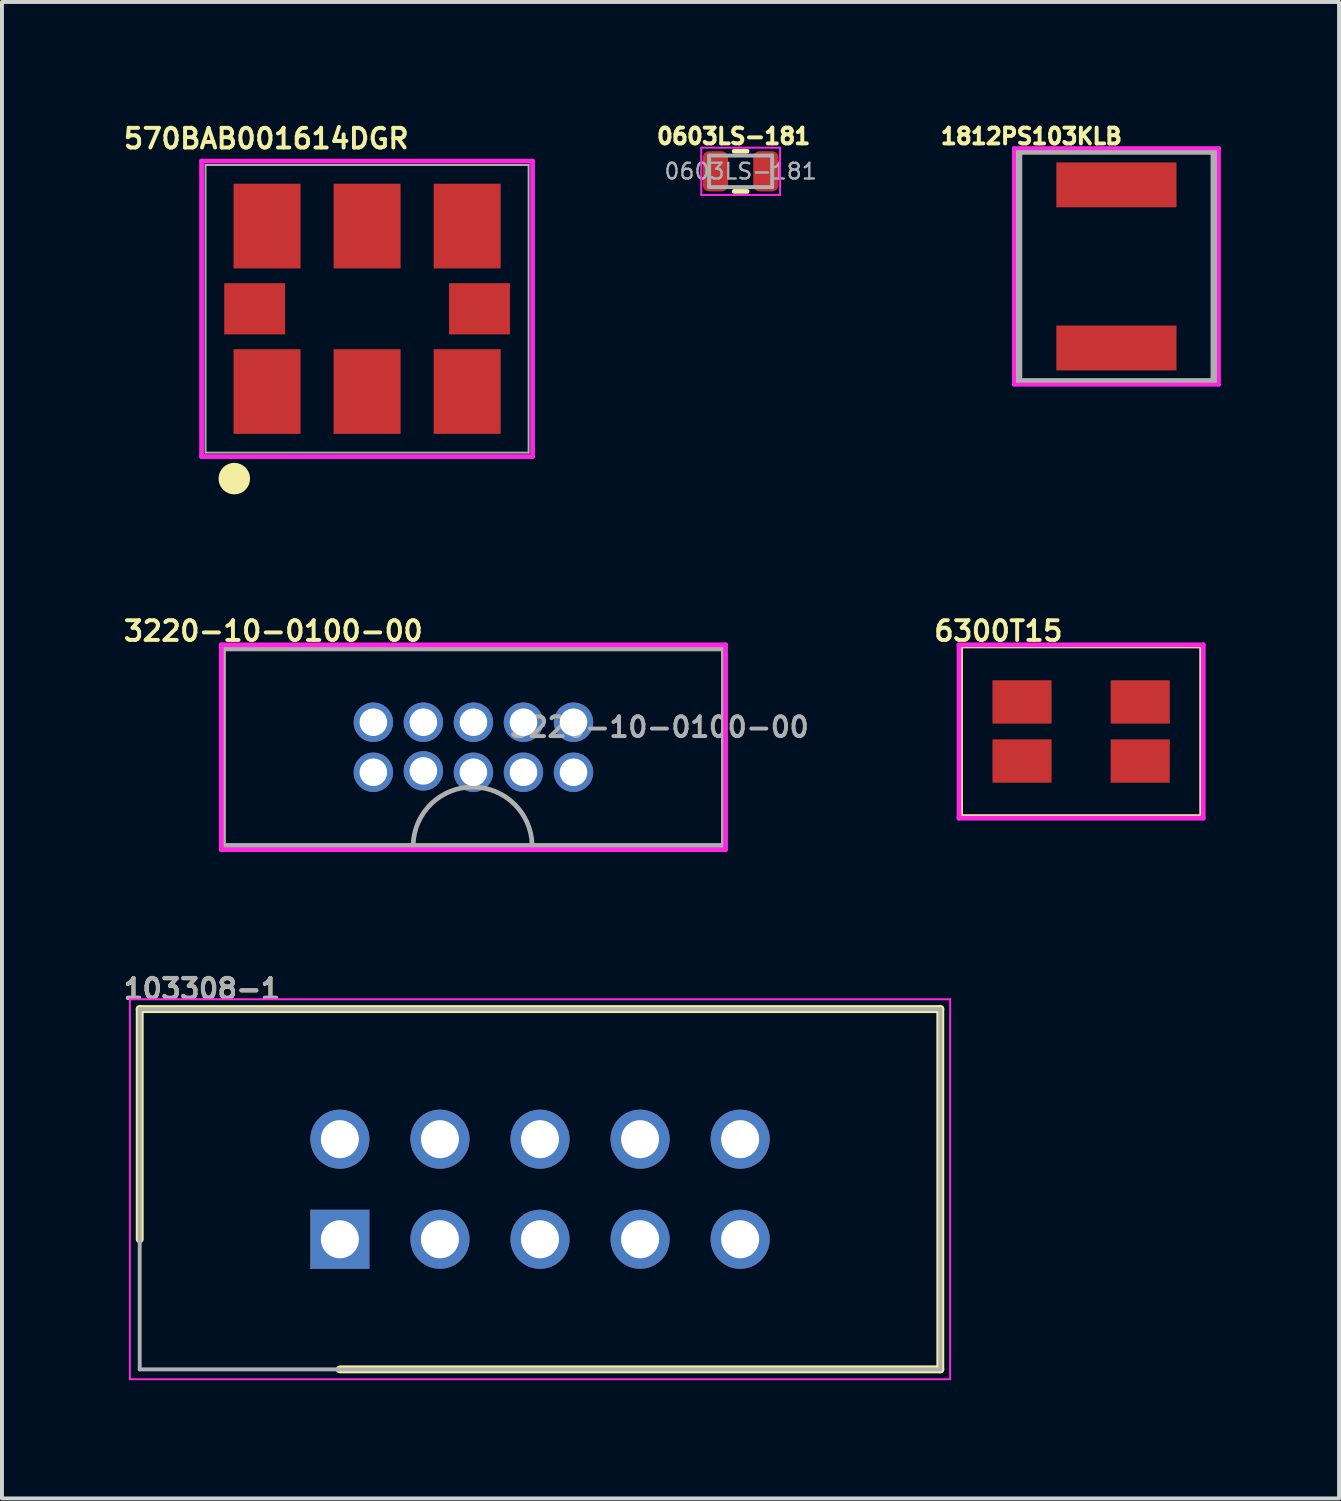
<source format=kicad_pcb>
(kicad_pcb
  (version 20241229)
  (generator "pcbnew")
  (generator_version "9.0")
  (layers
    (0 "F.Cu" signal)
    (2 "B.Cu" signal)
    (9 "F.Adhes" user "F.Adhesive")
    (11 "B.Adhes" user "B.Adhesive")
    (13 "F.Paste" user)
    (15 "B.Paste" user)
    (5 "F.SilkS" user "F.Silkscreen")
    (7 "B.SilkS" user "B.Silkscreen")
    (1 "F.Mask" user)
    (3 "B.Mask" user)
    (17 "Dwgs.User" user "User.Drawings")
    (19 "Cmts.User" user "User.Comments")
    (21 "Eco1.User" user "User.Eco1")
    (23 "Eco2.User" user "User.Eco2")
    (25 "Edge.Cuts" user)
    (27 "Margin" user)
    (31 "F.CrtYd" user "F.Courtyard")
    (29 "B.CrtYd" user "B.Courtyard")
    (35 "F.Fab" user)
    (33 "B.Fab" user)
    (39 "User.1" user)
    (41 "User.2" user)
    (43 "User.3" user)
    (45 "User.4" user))
  (footprint "0603LS-181"
    (layer "F.Cu")
    (at 15.748 1.298)
    (property "Reference" "0603LS-181" (at -0.178 -0.889 0) (layer "F.SilkS") (effects (font (size 0.4 0.4) (thickness 0.1))))
    (attr smd)
    (fp_line (start -0.163 -0.51) (end 0.163 -0.51) (stroke (width 0.12) (type solid)) (layer "F.SilkS"))
    (fp_line (start -0.163 0.51) (end 0.163 0.51) (stroke (width 0.12) (type solid)) (layer "F.SilkS"))
    (fp_line (start -1 -0.6) (end 1 -0.6) (stroke (width 0.05) (type solid)) (layer "F.CrtYd"))
    (fp_line (start -1 0.6) (end -1 -0.6) (stroke (width 0.05) (type solid)) (layer "F.CrtYd"))
    (fp_line (start 1 -0.6) (end 1 0.6) (stroke (width 0.05) (type solid)) (layer "F.CrtYd"))
    (fp_line (start 1 0.6) (end -1 0.6) (stroke (width 0.05) (type solid)) (layer "F.CrtYd"))
    (fp_line (start -0.8 -0.4) (end 0.8 -0.4) (stroke (width 0.1) (type solid)) (layer "F.Fab"))
    (fp_line (start -0.8 0.4) (end -0.8 -0.4) (stroke (width 0.1) (type solid)) (layer "F.Fab"))
    (fp_line (start 0.8 -0.4) (end 0.8 0.4) (stroke (width 0.1) (type solid)) (layer "F.Fab"))
    (fp_line (start 0.8 0.4) (end -0.8 0.4) (stroke (width 0.1) (type solid)) (layer "F.Fab"))
    (fp_text user "${REFERENCE}" (at 0 0 0) (layer "F.Fab") (effects (font (size 0.4 0.4) (thickness 0.06))))
    (pad "1" smd roundrect (at -0.64 0) (size 0.64 1.02) (layers "F.Cu" "F.Mask" "F.Paste") (roundrect_rratio 0.25))
    (pad "2" smd roundrect (at 0.64 0) (size 0.64 1.02) (layers "F.Cu" "F.Mask" "F.Paste") (roundrect_rratio 0.25)))
  (footprint "6300T15"
    (layer "F.Cu")
    (at 24.39 15.516)
    (property "Reference" "6300T15" (at -2.1 -2.55 0) (layer "F.SilkS") (effects (font (size 0.5 0.5) (thickness 0.1))))
    (attr through_hole)
    (fp_line (start -3.05 -2.16) (end -3.05 2.16) (stroke (width 0.1) (type solid)) (layer "F.SilkS"))
    (fp_line (start -3.05 2.16) (end 3.05 2.16) (stroke (width 0.12) (type solid)) (layer "F.SilkS"))
    (fp_line (start 3.05 -2.16) (end -3.05 -2.16) (stroke (width 0.1) (type solid)) (layer "F.SilkS"))
    (fp_line (start 3.05 2.16) (end 3.05 -2.16) (stroke (width 0.1) (type solid)) (layer "F.SilkS"))
    (fp_line (start -3.1 -2.2) (end 3.1 -2.2) (stroke (width 0.12) (type solid)) (layer "F.CrtYd"))
    (fp_line (start -3.1 2.2) (end -3.1 -2.2) (stroke (width 0.12) (type solid)) (layer "F.CrtYd"))
    (fp_line (start 3.1 -2.2) (end 3.1 2.2) (stroke (width 0.12) (type solid)) (layer "F.CrtYd"))
    (fp_line (start 3.1 2.2) (end -3.1 2.2) (stroke (width 0.12) (type solid)) (layer "F.CrtYd"))
    (pad "1" smd rect (at 1.5 0.75) (size 1.5 1.1) (layers "F.Cu" "F.Mask" "F.Paste"))
    (pad "2" smd rect (at -1.5 0.75) (size 1.5 1.1) (layers "F.Cu" "F.Mask" "F.Paste"))
    (pad "3" smd rect (at 1.5 -0.75) (size 1.5 1.1) (layers "F.Cu" "F.Mask" "F.Paste"))
    (pad "4" smd rect (at -1.5 -0.75) (size 1.5 1.1) (layers "F.Cu" "F.Mask" "F.Paste")))
  (footprint "3220-10-0100-00"
    (layer "F.Cu")
    (at 8.966 15.916)
    (property "Reference" "3220-10-0100-00" (at -5.08 -2.95 0) (layer "F.SilkS") (effects (font (size 0.5 0.5) (thickness 0.1))))
    (attr through_hole)
    (fp_line (start -6.35 -2.5) (end 6.35 -2.5) (stroke (width 0.12) (type solid)) (layer "F.SilkS"))
    (fp_line (start -6.35 2.5) (end -6.35 -2.5) (stroke (width 0.12) (type solid)) (layer "F.SilkS"))
    (fp_line (start 6.35 2.5) (end -6.35 2.5) (stroke (width 0.12) (type solid)) (layer "F.SilkS"))
    (fp_line (start 6.35 2.5) (end 6.35 -2.5) (stroke (width 0.12) (type solid)) (layer "F.SilkS"))
    (fp_line (start -6.4 -2.6) (end 6.4 -2.6) (stroke (width 0.12) (type solid)) (layer "F.CrtYd"))
    (fp_line (start -6.4 2.6) (end -6.4 -2.6) (stroke (width 0.12) (type solid)) (layer "F.CrtYd"))
    (fp_line (start 6.4 -2.6) (end 6.4 2.6) (stroke (width 0.12) (type solid)) (layer "F.CrtYd"))
    (fp_line (start 6.4 2.6) (end -6.4 2.6) (stroke (width 0.12) (type solid)) (layer "F.CrtYd"))
    (fp_line (start -6.35 -2.5) (end 6.35 -2.5) (stroke (width 0.12) (type solid)) (layer "F.Fab"))
    (fp_line (start -6.35 2.5) (end -6.35 -2.5) (stroke (width 0.12) (type solid)) (layer "F.Fab"))
    (fp_line (start 6.35 2.5) (end -6.35 2.5) (stroke (width 0.12) (type solid)) (layer "F.Fab"))
    (fp_line (start 6.35 2.5) (end 6.35 -2.5) (stroke (width 0.12) (type solid)) (layer "F.Fab"))
    (fp_arc (start -1.529543 2.465437) (mid -0.012714 1.009489) (end 1.489999 2.480001) (stroke (width 0.12) (type solid)) (layer "F.Fab"))
    (fp_text user "${REFERENCE}" (at 4.72 -0.51 0) (layer "F.Fab") (effects (font (size 0.5 0.5) (thickness 0.1))))
    (pad "1" thru_hole circle (at -2.54 0.635) (size 1 1) (drill 0.7) (layers "*.Cu" "*.Mask"))
    (pad "2" thru_hole circle (at -2.54 -0.635) (size 1 1) (drill 0.7) (layers "*.Cu" "*.Mask"))
    (pad "3" thru_hole circle (at -1.27 0.6) (size 1 1) (drill 0.7) (layers "*.Cu" "*.Mask"))
    (pad "4" thru_hole circle (at -1.27 -0.635) (size 1 1) (drill 0.7) (layers "*.Cu" "*.Mask"))
    (pad "5" thru_hole circle (at 0 0.635) (size 1 1) (drill 0.7) (layers "*.Cu" "*.Mask"))
    (pad "6" thru_hole circle (at 0 -0.635) (size 1 1) (drill 0.7) (layers "*.Cu" "*.Mask"))
    (pad "7" thru_hole circle (at 1.27 0.635) (size 1 1) (drill 0.7) (layers "*.Cu" "*.Mask"))
    (pad "8" thru_hole circle (at 1.27 -0.635) (size 1 1) (drill 0.7) (layers "*.Cu" "*.Mask"))
    (pad "9" thru_hole circle (at 2.54 0.635) (size 1 1) (drill 0.7) (layers "*.Cu" "*.Mask"))
    (pad "10" thru_hole circle (at 2.54 -0.635) (size 1 1) (drill 0.7) (layers "*.Cu" "*.Mask")))
  (footprint "570BAB001614DGR"
    (layer "F.Cu")
    (at 6.267 4.788)
    (property "Reference" "570BAB001614DGR" (at -2.56 -4.32 0) (layer "F.SilkS") (effects (font (size 0.5 0.5) (thickness 0.1))))
    (attr through_hole)
    (fp_circle (center -3.37 4.31) (end -3.17 4.31) (stroke (width 0.4) (type solid)) (fill no) (layer "F.SilkS"))
    (fp_line (start -4.2 -3.75) (end -4.2 3.75) (stroke (width 0.12) (type solid)) (layer "F.CrtYd"))
    (fp_line (start -4.2 3.75) (end 4.2 3.75) (stroke (width 0.12) (type solid)) (layer "F.CrtYd"))
    (fp_line (start 4.2 -3.75) (end -4.2 -3.75) (stroke (width 0.12) (type solid)) (layer "F.CrtYd"))
    (fp_line (start 4.2 3.75) (end 4.2 -3.75) (stroke (width 0.12) (type solid)) (layer "F.CrtYd"))
    (fp_line (start -4.1 -3.65) (end 4.1 -3.65) (stroke (width 0.05) (type solid)) (layer "F.Fab"))
    (fp_line (start -4.1 3.65) (end -4.1 -3.65) (stroke (width 0.05) (type solid)) (layer "F.Fab"))
    (fp_line (start 4.1 -3.65) (end 4.1 3.65) (stroke (width 0.05) (type solid)) (layer "F.Fab"))
    (fp_line (start 4.1 3.65) (end -4.1 3.65) (stroke (width 0.05) (type solid)) (layer "F.Fab"))
    (pad "1" smd rect (at -2.54 2.1) (size 1.7 2.15) (layers "F.Cu" "F.Mask" "F.Paste"))
    (pad "2" smd rect (at 0 2.1) (size 1.7 2.15) (layers "F.Cu" "F.Mask" "F.Paste"))
    (pad "3" smd rect (at 2.54 2.1) (size 1.7 2.15) (layers "F.Cu" "F.Mask" "F.Paste"))
    (pad "4" smd rect (at 2.54 -2.1) (size 1.7 2.15) (layers "F.Cu" "F.Mask" "F.Paste"))
    (pad "5" smd rect (at 0 -2.1) (size 1.7 2.15) (layers "F.Cu" "F.Mask" "F.Paste"))
    (pad "6" smd rect (at -2.54 -2.1) (size 1.7 2.15) (layers "F.Cu" "F.Mask" "F.Paste"))
    (pad "7" smd rect (at -2.853 0) (size 1.545 1.3) (layers "F.Cu" "F.Mask" "F.Paste"))
    (pad "8" smd rect (at 2.853 0) (size 1.545 1.3) (layers "F.Cu" "F.Mask" "F.Paste")))
  (footprint "1812PS103KLB"
    (layer "F.Cu")
    (at 25.286 3.712)
    (property "Reference" "1812PS103KLB" (at -2.159 -3.302 0) (layer "F.SilkS") (effects (font (size 0.4 0.4) (thickness 0.1))))
    (attr smd)
    (fp_line (start -2.49 -2.935) (end 2.49 -2.935) (stroke (width 0.1) (type solid)) (layer "F.SilkS"))
    (fp_line (start -2.49 2.935) (end -2.49 -2.935) (stroke (width 0.1) (type solid)) (layer "F.SilkS"))
    (fp_line (start 2.49 -2.935) (end 2.49 2.935) (stroke (width 0.1) (type solid)) (layer "F.SilkS"))
    (fp_line (start 2.49 2.935) (end -2.49 2.935) (stroke (width 0.1) (type solid)) (layer "F.SilkS"))
    (fp_line (start -2.6 -3) (end 2.6 -3) (stroke (width 0.1) (type solid)) (layer "F.CrtYd"))
    (fp_line (start -2.6 3) (end -2.6 -3) (stroke (width 0.1) (type solid)) (layer "F.CrtYd"))
    (fp_line (start 2.6 -3) (end 2.6 3) (stroke (width 0.1) (type solid)) (layer "F.CrtYd"))
    (fp_line (start 2.6 3) (end -2.6 3) (stroke (width 0.1) (type solid)) (layer "F.CrtYd"))
    (fp_line (start -2.49 -2.935) (end 2.49 -2.935) (stroke (width 0.2) (type solid)) (layer "F.Fab"))
    (fp_line (start -2.49 2.935) (end -2.49 -2.935) (stroke (width 0.2) (type solid)) (layer "F.Fab"))
    (fp_line (start 2.49 -2.935) (end 2.49 2.935) (stroke (width 0.2) (type solid)) (layer "F.Fab"))
    (fp_line (start 2.49 2.935) (end -2.49 2.935) (stroke (width 0.2) (type solid)) (layer "F.Fab"))
    (pad "1" smd rect (at 0 2.07 90) (size 1.14 3.05) (layers "F.Cu" "F.Mask" "F.Paste"))
    (pad "2" smd rect (at 0 -2.07 90) (size 1.14 3.05) (layers "F.Cu" "F.Mask" "F.Paste")))
  (footprint "103308-1"
    (layer "F.Cu")
    (at 5.576 28.404)
    (property "Reference" "103308-1" (at -3.5 -6.35 0) (layer "F.SilkS") (effects (font (size 0.5 0.5) (thickness 0.1))))
    (attr through_hole)
    (fp_line (start -5.08 -5.842) (end -5.08 0) (stroke (width 0.2) (type solid)) (layer "F.SilkS"))
    (fp_line (start 0 3.302) (end 15.24 3.302) (stroke (width 0.2) (type solid)) (layer "F.SilkS"))
    (fp_line (start 15.24 -5.842) (end -5.08 -5.842) (stroke (width 0.2) (type solid)) (layer "F.SilkS"))
    (fp_line (start 15.24 3.302) (end 15.24 -5.842) (stroke (width 0.2) (type solid)) (layer "F.SilkS"))
    (fp_line (start -5.33 -6.092) (end 15.49 -6.092) (stroke (width 0.05) (type solid)) (layer "F.CrtYd"))
    (fp_line (start -5.33 3.552) (end -5.33 -6.092) (stroke (width 0.05) (type solid)) (layer "F.CrtYd"))
    (fp_line (start 15.49 -6.092) (end 15.49 3.552) (stroke (width 0.05) (type solid)) (layer "F.CrtYd"))
    (fp_line (start 15.49 3.552) (end -5.33 3.552) (stroke (width 0.05) (type solid)) (layer "F.CrtYd"))
    (fp_line (start -5.08 -5.842) (end 15.24 -5.842) (stroke (width 0.1) (type solid)) (layer "F.Fab"))
    (fp_line (start -5.08 3.302) (end -5.08 -5.842) (stroke (width 0.1) (type solid)) (layer "F.Fab"))
    (fp_line (start 15.24 -5.842) (end 15.24 3.302) (stroke (width 0.1) (type solid)) (layer "F.Fab"))
    (fp_line (start 15.24 3.302) (end -5.08 3.302) (stroke (width 0.1) (type solid)) (layer "F.Fab"))
    (fp_text user "${REFERENCE}" (at -3.5 -6.36 0) (layer "F.Fab") (effects (font (size 0.5 0.5) (thickness 0.1))))
    (pad "1" thru_hole rect (at 0 0) (size 1.5 1.5) (drill 0.965) (layers "*.Cu" "*.Mask"))
    (pad "2" thru_hole circle (at 0 -2.54) (size 1.5 1.5) (drill 0.965) (layers "*.Cu" "*.Mask"))
    (pad "3" thru_hole circle (at 2.54 0) (size 1.5 1.5) (drill 0.965) (layers "*.Cu" "*.Mask"))
    (pad "4" thru_hole circle (at 2.54 -2.54) (size 1.5 1.5) (drill 0.965) (layers "*.Cu" "*.Mask"))
    (pad "5" thru_hole circle (at 5.08 0) (size 1.5 1.5) (drill 0.965) (layers "*.Cu" "*.Mask"))
    (pad "6" thru_hole circle (at 5.08 -2.54) (size 1.5 1.5) (drill 0.965) (layers "*.Cu" "*.Mask"))
    (pad "7" thru_hole circle (at 7.62 0) (size 1.5 1.5) (drill 0.965) (layers "*.Cu" "*.Mask"))
    (pad "8" thru_hole circle (at 7.62 -2.54) (size 1.5 1.5) (drill 0.965) (layers "*.Cu" "*.Mask"))
    (pad "9" thru_hole circle (at 10.16 0) (size 1.5 1.5) (drill 0.965) (layers "*.Cu" "*.Mask"))
    (pad "10" thru_hole circle (at 10.16 -2.54) (size 1.5 1.5) (drill 0.965) (layers "*.Cu" "*.Mask")))
  (gr_rect
    (start -3 -3)
    (end 30.936 34.981)
    (stroke (width 0.1) (type default))
    (fill no)
    (layer "Edge.Cuts")))
</source>
